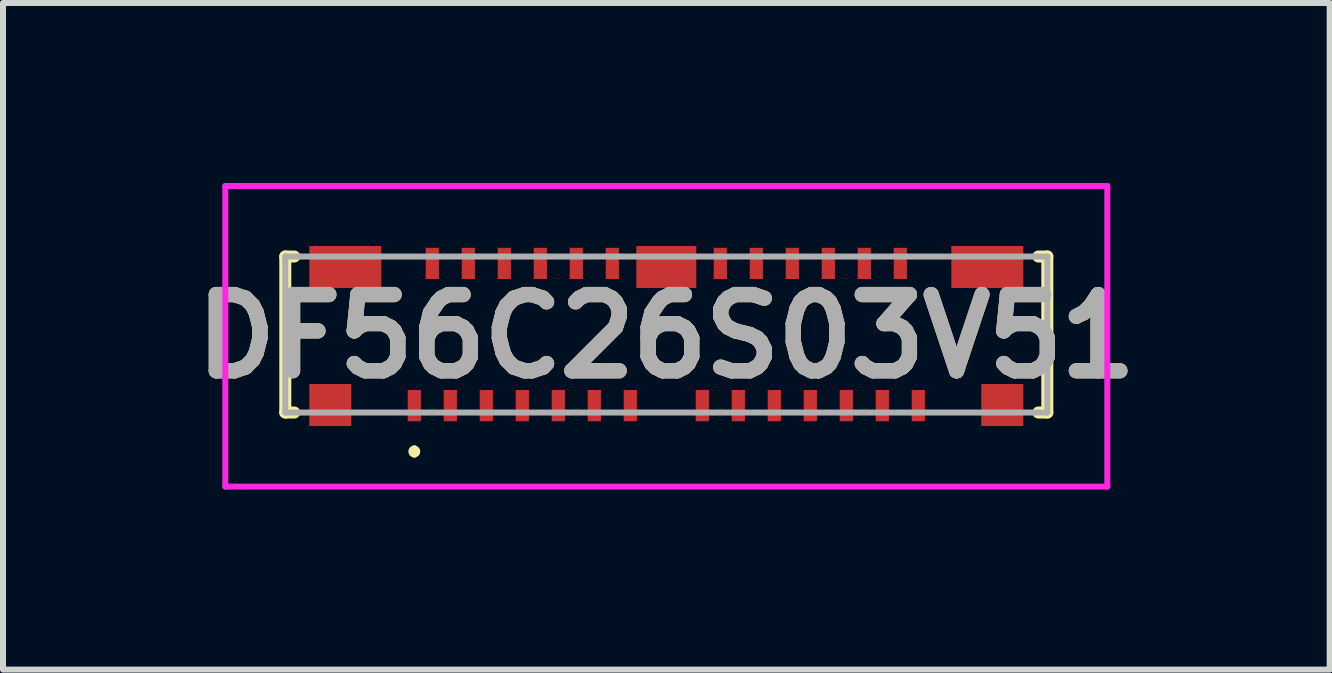
<source format=kicad_pcb>
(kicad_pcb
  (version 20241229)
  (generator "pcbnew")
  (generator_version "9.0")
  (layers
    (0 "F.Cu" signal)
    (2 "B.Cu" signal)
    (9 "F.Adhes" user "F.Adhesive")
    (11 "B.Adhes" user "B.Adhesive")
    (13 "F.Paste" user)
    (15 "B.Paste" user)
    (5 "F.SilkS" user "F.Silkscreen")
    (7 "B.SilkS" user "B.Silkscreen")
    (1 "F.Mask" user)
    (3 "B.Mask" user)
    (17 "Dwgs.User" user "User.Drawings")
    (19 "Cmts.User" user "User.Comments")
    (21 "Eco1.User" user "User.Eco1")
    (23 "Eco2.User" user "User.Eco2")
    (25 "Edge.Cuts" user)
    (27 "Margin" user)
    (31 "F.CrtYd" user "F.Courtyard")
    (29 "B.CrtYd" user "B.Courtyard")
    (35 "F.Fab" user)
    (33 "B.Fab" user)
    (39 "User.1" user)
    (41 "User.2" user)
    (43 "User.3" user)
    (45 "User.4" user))
  (footprint "DF56C26S03V51"
    (layer "F.Cu")
    (at 8.055 2.525)
    (property "Reference" "DF56C26S03V51" (at 0 0.03 0) (layer "F.SilkS") (effects (font (size 1.27 1.27) (thickness 0.254))))
    (attr smd)
    (fp_line (start -6.35 -1.3) (end -6.2 -1.3) (stroke (width 0.2) (type solid)) (layer "F.SilkS"))
    (fp_line (start -6.35 1.3) (end -6.35 -1.3) (stroke (width 0.2) (type solid)) (layer "F.SilkS"))
    (fp_line (start -6.2 1.3) (end -6.35 1.3) (stroke (width 0.2) (type solid)) (layer "F.SilkS"))
    (fp_line (start -4.2 1.9) (end -4.2 1.9) (stroke (width 0.1) (type solid)) (layer "F.SilkS"))
    (fp_line (start -4.2 2) (end -4.2 2) (stroke (width 0.1) (type solid)) (layer "F.SilkS"))
    (fp_line (start 6.2 -1.3) (end 6.35 -1.3) (stroke (width 0.2) (type solid)) (layer "F.SilkS"))
    (fp_line (start 6.35 -1.3) (end 6.35 1.3) (stroke (width 0.2) (type solid)) (layer "F.SilkS"))
    (fp_line (start 6.35 1.3) (end 6.2 1.3) (stroke (width 0.2) (type solid)) (layer "F.SilkS"))
    (fp_arc (start -4.2 1.9) (mid -4.15 1.95) (end -4.2 2) (stroke (width 0.1) (type solid)) (layer "F.SilkS"))
    (fp_arc (start -4.2 2) (mid -4.25 1.95) (end -4.2 1.9) (stroke (width 0.1) (type solid)) (layer "F.SilkS"))
    (fp_line (start -7.35 -2.475) (end 7.35 -2.475) (stroke (width 0.1) (type solid)) (layer "F.CrtYd"))
    (fp_line (start -7.35 2.535) (end -7.35 -2.475) (stroke (width 0.1) (type solid)) (layer "F.CrtYd"))
    (fp_line (start 7.35 -2.475) (end 7.35 2.535) (stroke (width 0.1) (type solid)) (layer "F.CrtYd"))
    (fp_line (start 7.35 2.535) (end -7.35 2.535) (stroke (width 0.1) (type solid)) (layer "F.CrtYd"))
    (fp_line (start -6.35 -1.3) (end 6.35 -1.3) (stroke (width 0.1) (type solid)) (layer "F.Fab"))
    (fp_line (start -6.35 1.3) (end -6.35 -1.3) (stroke (width 0.1) (type solid)) (layer "F.Fab"))
    (fp_line (start 6.35 -1.3) (end 6.35 1.3) (stroke (width 0.1) (type solid)) (layer "F.Fab"))
    (fp_line (start 6.35 1.3) (end -6.35 1.3) (stroke (width 0.1) (type solid)) (layer "F.Fab"))
    (fp_text user "${REFERENCE}" (at 0 0.03 0) (layer "F.Fab") (effects (font (size 1.27 1.27) (thickness 0.254))))
    (pad "1" smd rect (at -4.2 1.185) (size 0.22 0.52) (layers "F.Cu" "F.Mask" "F.Paste"))
    (pad "2" smd rect (at -3.9 -1.185) (size 0.22 0.52) (layers "F.Cu" "F.Mask" "F.Paste"))
    (pad "3" smd rect (at -3.6 1.185) (size 0.22 0.52) (layers "F.Cu" "F.Mask" "F.Paste"))
    (pad "4" smd rect (at -3.3 -1.185) (size 0.22 0.52) (layers "F.Cu" "F.Mask" "F.Paste"))
    (pad "5" smd rect (at -3 1.185) (size 0.22 0.52) (layers "F.Cu" "F.Mask" "F.Paste"))
    (pad "6" smd rect (at -2.7 -1.185) (size 0.22 0.52) (layers "F.Cu" "F.Mask" "F.Paste"))
    (pad "7" smd rect (at -2.4 1.185) (size 0.22 0.52) (layers "F.Cu" "F.Mask" "F.Paste"))
    (pad "8" smd rect (at -2.1 -1.185) (size 0.22 0.52) (layers "F.Cu" "F.Mask" "F.Paste"))
    (pad "9" smd rect (at -1.8 1.185) (size 0.22 0.52) (layers "F.Cu" "F.Mask" "F.Paste"))
    (pad "10" smd rect (at -1.5 -1.185) (size 0.22 0.52) (layers "F.Cu" "F.Mask" "F.Paste"))
    (pad "11" smd rect (at -1.2 1.185) (size 0.22 0.52) (layers "F.Cu" "F.Mask" "F.Paste"))
    (pad "12" smd rect (at -0.9 -1.185) (size 0.22 0.52) (layers "F.Cu" "F.Mask" "F.Paste"))
    (pad "13" smd rect (at -0.6 1.185) (size 0.22 0.52) (layers "F.Cu" "F.Mask" "F.Paste"))
    (pad "14" smd rect (at 0.6 1.185) (size 0.22 0.52) (layers "F.Cu" "F.Mask" "F.Paste"))
    (pad "15" smd rect (at 0.9 -1.185) (size 0.22 0.52) (layers "F.Cu" "F.Mask" "F.Paste"))
    (pad "16" smd rect (at 1.2 1.185) (size 0.22 0.52) (layers "F.Cu" "F.Mask" "F.Paste"))
    (pad "17" smd rect (at 1.5 -1.185) (size 0.22 0.52) (layers "F.Cu" "F.Mask" "F.Paste"))
    (pad "18" smd rect (at 1.8 1.185) (size 0.22 0.52) (layers "F.Cu" "F.Mask" "F.Paste"))
    (pad "19" smd rect (at 2.1 -1.185) (size 0.22 0.52) (layers "F.Cu" "F.Mask" "F.Paste"))
    (pad "20" smd rect (at 2.4 1.185) (size 0.22 0.52) (layers "F.Cu" "F.Mask" "F.Paste"))
    (pad "21" smd rect (at 2.7 -1.185) (size 0.22 0.52) (layers "F.Cu" "F.Mask" "F.Paste"))
    (pad "22" smd rect (at 3 1.185) (size 0.22 0.52) (layers "F.Cu" "F.Mask" "F.Paste"))
    (pad "23" smd rect (at 3.3 -1.185) (size 0.22 0.52) (layers "F.Cu" "F.Mask" "F.Paste"))
    (pad "24" smd rect (at 3.6 1.185) (size 0.22 0.52) (layers "F.Cu" "F.Mask" "F.Paste"))
    (pad "25" smd rect (at 3.9 -1.185) (size 0.22 0.52) (layers "F.Cu" "F.Mask" "F.Paste"))
    (pad "26" smd rect (at 4.2 1.185) (size 0.22 0.52) (layers "F.Cu" "F.Mask" "F.Paste"))
    (pad "G1" smd rect (at -5.6 1.175 90) (size 0.7 0.7) (layers "F.Cu" "F.Mask" "F.Paste"))
    (pad "G2" smd rect (at -5.35 -1.125 90) (size 0.7 1.2) (layers "F.Cu" "F.Mask" "F.Paste"))
    (pad "G3" smd rect (at 0 -1.125 90) (size 0.7 1) (layers "F.Cu" "F.Mask" "F.Paste"))
    (pad "G4" smd rect (at 5.35 -1.125 90) (size 0.7 1.2) (layers "F.Cu" "F.Mask" "F.Paste"))
    (pad "G5" smd rect (at 5.6 1.175 90) (size 0.7 0.7) (layers "F.Cu" "F.Mask" "F.Paste")))
  (gr_rect
    (start -3 -3)
    (end 19.111 8.11)
    (stroke (width 0.1) (type default))
    (fill no)
    (layer "Edge.Cuts")))
</source>
